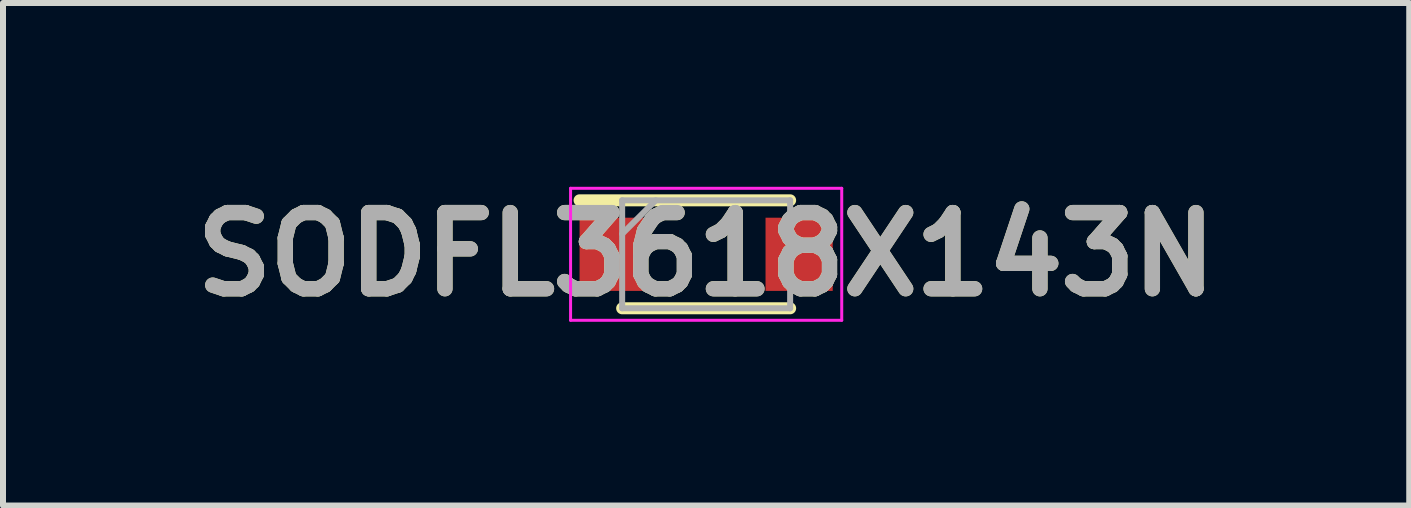
<source format=kicad_pcb>
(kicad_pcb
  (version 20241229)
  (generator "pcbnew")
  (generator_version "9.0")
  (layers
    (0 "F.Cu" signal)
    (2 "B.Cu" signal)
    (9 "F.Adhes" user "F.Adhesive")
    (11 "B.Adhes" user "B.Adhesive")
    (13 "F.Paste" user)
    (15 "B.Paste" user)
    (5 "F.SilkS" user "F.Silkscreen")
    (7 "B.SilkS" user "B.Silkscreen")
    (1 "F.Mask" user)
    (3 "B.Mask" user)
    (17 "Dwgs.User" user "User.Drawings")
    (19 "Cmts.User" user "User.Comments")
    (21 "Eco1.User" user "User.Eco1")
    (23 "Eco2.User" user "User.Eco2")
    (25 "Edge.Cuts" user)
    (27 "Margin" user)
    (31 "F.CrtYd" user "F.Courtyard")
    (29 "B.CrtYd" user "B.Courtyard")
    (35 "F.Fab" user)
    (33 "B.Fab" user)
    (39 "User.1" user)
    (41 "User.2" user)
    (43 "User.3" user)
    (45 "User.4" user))
  (footprint "SODFL3618X143N"
    (layer "F.Cu")
    (at 8.721 1.189)
    (property "Reference" "SODFL3618X143N" (at 0 0 0) (layer "F.SilkS") (effects (font (size 1.27 1.27) (thickness 0.254))))
    (attr smd)
    (fp_line (start -2.11 -0.9) (end 1.4 -0.9) (stroke (width 0.2) (type solid)) (layer "F.SilkS"))
    (fp_line (start -1.4 0.9) (end 1.4 0.9) (stroke (width 0.2) (type solid)) (layer "F.SilkS"))
    (fp_line (start -2.26 -1.1) (end 2.26 -1.1) (stroke (width 0.05) (type solid)) (layer "F.CrtYd"))
    (fp_line (start -2.26 1.1) (end -2.26 -1.1) (stroke (width 0.05) (type solid)) (layer "F.CrtYd"))
    (fp_line (start 2.26 -1.1) (end 2.26 1.1) (stroke (width 0.05) (type solid)) (layer "F.CrtYd"))
    (fp_line (start 2.26 1.1) (end -2.26 1.1) (stroke (width 0.05) (type solid)) (layer "F.CrtYd"))
    (fp_line (start -1.4 -0.9) (end 1.4 -0.9) (stroke (width 0.1) (type solid)) (layer "F.Fab"))
    (fp_line (start -1.4 -0.34) (end -0.84 -0.9) (stroke (width 0.1) (type solid)) (layer "F.Fab"))
    (fp_line (start -1.4 0.9) (end -1.4 -0.9) (stroke (width 0.1) (type solid)) (layer "F.Fab"))
    (fp_line (start 1.4 -0.9) (end 1.4 0.9) (stroke (width 0.1) (type solid)) (layer "F.Fab"))
    (fp_line (start 1.4 0.9) (end -1.4 0.9) (stroke (width 0.1) (type solid)) (layer "F.Fab"))
    (fp_text user "${REFERENCE}" (at 0 0 0) (layer "F.Fab") (effects (font (size 1.27 1.27) (thickness 0.254))))
    (pad "1" smd rect (at -1.55 0) (size 1.12 1.22) (layers "F.Cu" "F.Mask" "F.Paste"))
    (pad "2" smd rect (at 1.55 0) (size 1.12 1.22) (layers "F.Cu" "F.Mask" "F.Paste")))
  (gr_rect
    (start -3 -3)
    (end 20.441 5.377)
    (stroke (width 0.1) (type default))
    (fill no)
    (layer "Edge.Cuts")))
</source>
